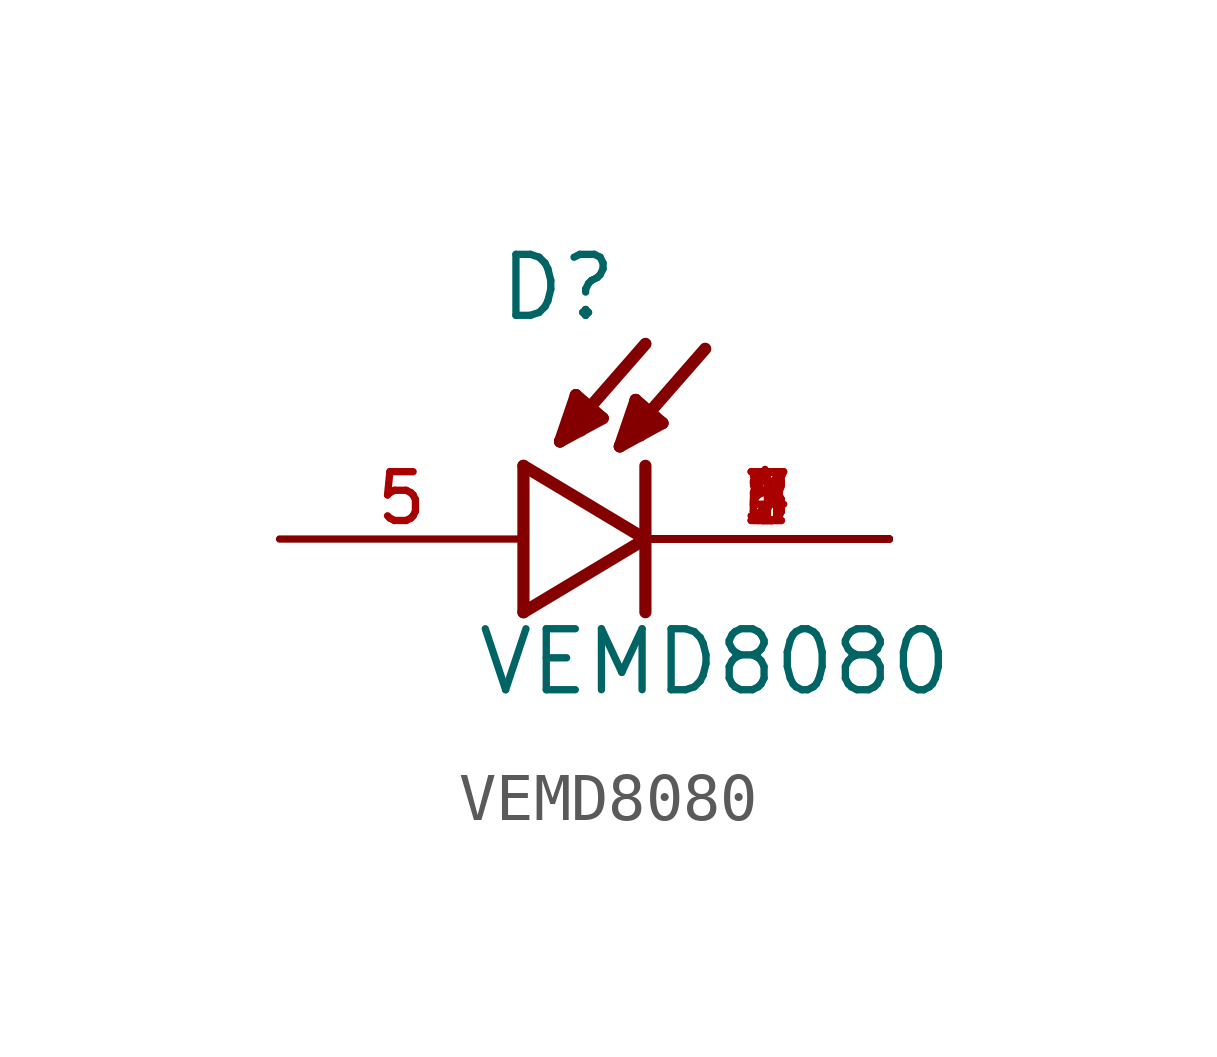
<source format=kicad_sym>
(kicad_symbol_lib
  (version 20241209)
  (generator "kicad_symbol_editor")
  (generator_version "9.0")
  (symbol "VEMD8080"
    (pin_names
      (offset 1.016))
    (property "Reference" "D"
      (at -3.099 4.496 0)
      (effects (font (size 1.27 1.27)) (justify left bottom)))
    (property "Value" "VEMD8080"
      (at -3.556 -3.302 0)
      (effects (font (size 1.27 1.27)) (justify left bottom)))
    (symbol "VEMD8080_0_0"
      (polyline (pts (xy -2.54 1.524) (xy -2.54 -1.524)) (stroke (width 0.254) (type default)) (fill (type none)))
      (polyline (pts (xy -2.54 -1.524) (xy 0 0)) (stroke (width 0.254) (type default)) (fill (type none)))
      (polyline (pts (xy -1.778 2.032) (xy -1.448 2.997)) (stroke (width 0.254) (type default)) (fill (type none)))
      (polyline (pts (xy -1.778 2.032) (xy 0 4.064)) (stroke (width 0.254) (type default)) (fill (type none)))
      (polyline (pts (xy -1.473 2.261) (xy -1.346 2.261)) (stroke (width 0.254) (type default)) (fill (type none)))
      (polyline (pts (xy -1.448 2.997) (xy -1.473 2.261)) (stroke (width 0.254) (type default)) (fill (type none)))
      (polyline (pts (xy -1.448 2.997) (xy -0.889 2.515)) (stroke (width 0.254) (type default)) (fill (type none)))
      (polyline (pts (xy -1.067 2.591) (xy -1.295 2.438)) (stroke (width 0.254) (type default)) (fill (type none)))
      (polyline (pts (xy -0.889 2.515) (xy -1.778 2.032)) (stroke (width 0.254) (type default)) (fill (type none)))
      (polyline (pts (xy -0.533 1.93) (xy -0.203 2.896)) (stroke (width 0.254) (type default)) (fill (type none)))
      (polyline (pts (xy -0.533 1.93) (xy 1.245 3.962)) (stroke (width 0.254) (type default)) (fill (type none)))
      (polyline (pts (xy -0.229 2.159) (xy -0.102 2.159)) (stroke (width 0.254) (type default)) (fill (type none)))
      (polyline (pts (xy -0.203 2.896) (xy -0.229 2.159)) (stroke (width 0.254) (type default)) (fill (type none)))
      (polyline (pts (xy -0.203 2.896) (xy 0.356 2.413)) (stroke (width 0.254) (type default)) (fill (type none)))
      (polyline (pts (xy 0 1.524) (xy 0 -1.524)) (stroke (width 0.254) (type default)) (fill (type none)))
      (polyline (pts (xy 0 0) (xy -2.54 1.524)) (stroke (width 0.254) (type default)) (fill (type none)))
      (polyline (pts (xy 0.178 2.489) (xy -0.051 2.337)) (stroke (width 0.254) (type default)) (fill (type none)))
      (polyline (pts (xy 0.356 2.413) (xy -0.533 1.93)) (stroke (width 0.254) (type default)) (fill (type none)))
      (pin passive line (at -7.62 0 0) (length 5.08) (name "~" (effects (font (size 1.016 1.016)))) (number "5" (effects (font (size 1.016 1.016)))))
      (pin passive line (at 5.08 0 180) (length 5.08) (name "~" (effects (font (size 1.016 1.016)))) (number "1" (effects (font (size 1.016 1.016)))))
      (pin passive line (at 5.08 0 180) (length 5.08) (name "~" (effects (font (size 1.016 1.016)))) (number "2" (effects (font (size 1.016 1.016)))))
      (pin passive line (at 5.08 0 180) (length 5.08) (name "~" (effects (font (size 1.016 1.016)))) (number "3" (effects (font (size 1.016 1.016)))))
      (pin passive line (at 5.08 0 180) (length 5.08) (name "~" (effects (font (size 1.016 1.016)))) (number "4" (effects (font (size 1.016 1.016)))))
      (pin passive line (at 5.08 0 180) (length 5.08) (name "~" (effects (font (size 1.016 1.016)))) (number "6" (effects (font (size 1.016 1.016)))))
      (pin passive line (at 5.08 0 180) (length 5.08) (name "~" (effects (font (size 1.016 1.016)))) (number "7" (effects (font (size 1.016 1.016)))))
      (pin passive line (at 5.08 0 180) (length 5.08) (name "~" (effects (font (size 1.016 1.016)))) (number "8" (effects (font (size 1.016 1.016))))))))
</source>
